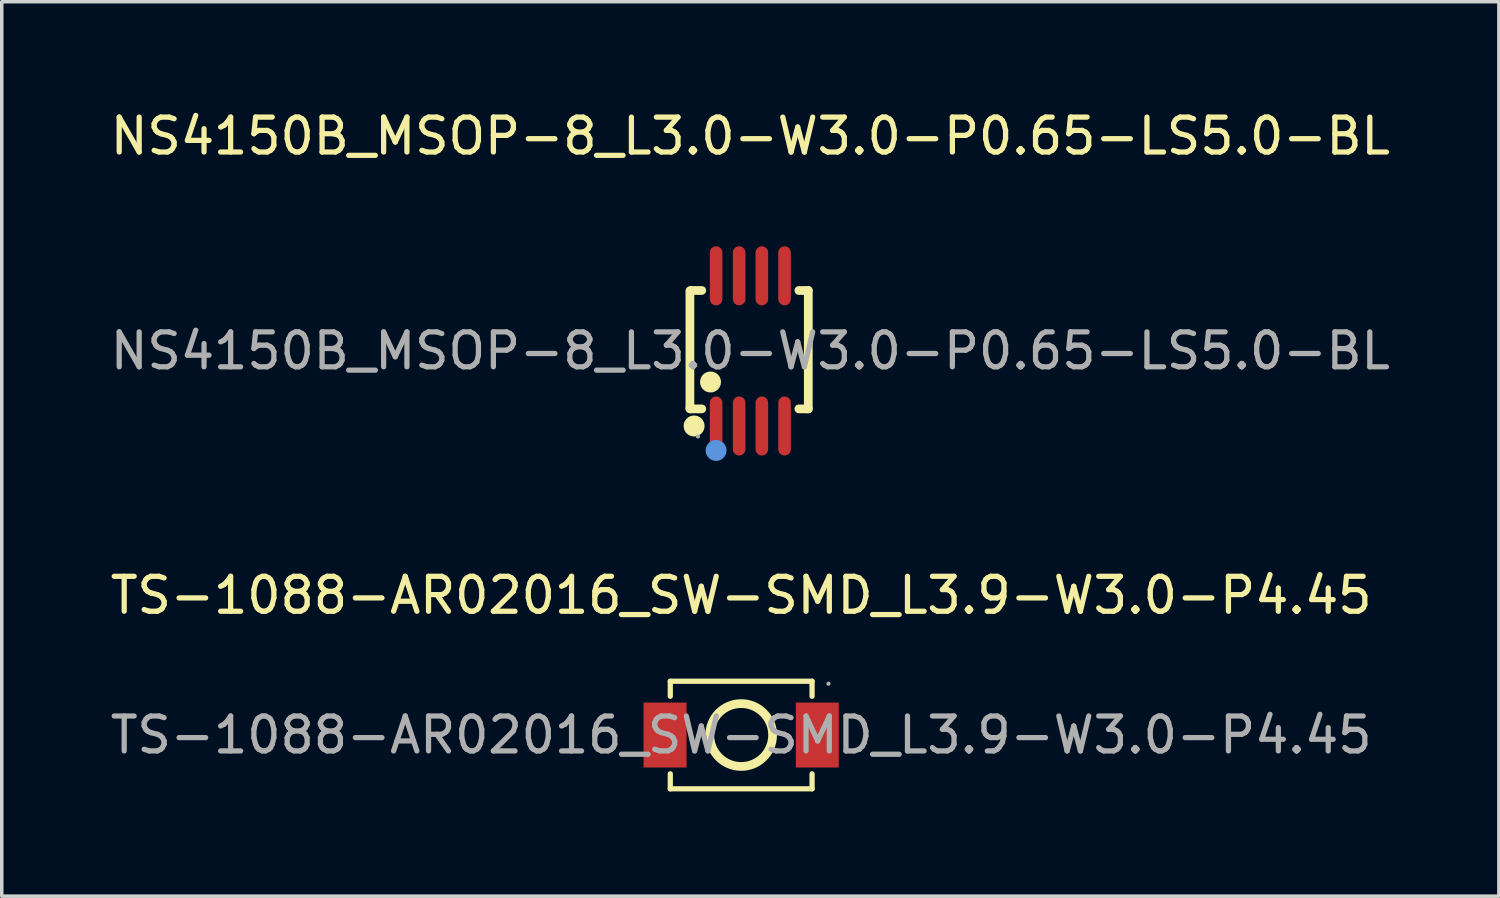
<source format=kicad_pcb>
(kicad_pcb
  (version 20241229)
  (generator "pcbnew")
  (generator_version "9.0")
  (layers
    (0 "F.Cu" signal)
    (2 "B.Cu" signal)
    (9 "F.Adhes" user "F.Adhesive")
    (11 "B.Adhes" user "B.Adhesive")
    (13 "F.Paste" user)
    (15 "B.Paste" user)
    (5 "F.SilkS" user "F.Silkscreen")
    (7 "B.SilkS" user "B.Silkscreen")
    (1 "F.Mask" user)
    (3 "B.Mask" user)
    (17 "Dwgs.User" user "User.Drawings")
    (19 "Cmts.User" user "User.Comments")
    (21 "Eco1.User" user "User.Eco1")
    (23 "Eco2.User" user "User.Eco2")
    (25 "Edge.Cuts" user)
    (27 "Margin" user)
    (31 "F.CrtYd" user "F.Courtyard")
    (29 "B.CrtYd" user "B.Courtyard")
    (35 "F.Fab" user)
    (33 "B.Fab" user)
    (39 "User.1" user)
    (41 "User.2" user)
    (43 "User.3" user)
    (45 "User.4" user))
  (footprint "TS-1088-AR02016_SW-SMD_L3.9-W3.0-P4.45"
    (layer "F.Cu")
    (at 18.173 17.997)
    (property "Reference" "TS-1088-AR02016_SW-SMD_L3.9-W3.0-P4.45" (at 0 -4 0) (layer "F.SilkS") (effects (font (size 1 1) (thickness 0.15))))
    (attr smd)
    (fp_line (start -2.03 -1.54) (end -2.03 -1.11) (stroke (width 0.15) (type solid)) (layer "F.SilkS"))
    (fp_line (start -2.03 1.54) (end -2.03 1.11) (stroke (width 0.15) (type solid)) (layer "F.SilkS"))
    (fp_line (start 2.03 -1.54) (end -2.03 -1.54) (stroke (width 0.15) (type solid)) (layer "F.SilkS"))
    (fp_line (start 2.03 -1.54) (end 2.03 -1.11) (stroke (width 0.15) (type solid)) (layer "F.SilkS"))
    (fp_line (start 2.03 1.11) (end 2.03 1.54) (stroke (width 0.15) (type solid)) (layer "F.SilkS"))
    (fp_line (start 2.03 1.54) (end -2.03 1.54) (stroke (width 0.15) (type solid)) (layer "F.SilkS"))
    (fp_circle (center 0 0) (end 0.9 0) (stroke (width 0.25) (type solid)) (fill no) (layer "F.SilkS"))
    (fp_circle (center 2.5 -1.47) (end 2.53 -1.47) (stroke (width 0.06) (type solid)) (fill no) (layer "F.Fab"))
    (fp_text user "${REFERENCE}" (at 0 0 0) (layer "F.Fab") (effects (font (size 1 1) (thickness 0.15))))
    (pad "1" smd rect (at -2.18 0) (size 1.23 1.86) (layers "F.Cu" "F.Mask" "F.Paste"))
    (pad "2" smd rect (at 2.18 0) (size 1.23 1.86) (layers "F.Cu" "F.Mask" "F.Paste")))
  (footprint "NS4150B_MSOP-8_L3.0-W3.0-P0.65-LS5.0-BL"
    (layer "F.Cu")
    (at 18.435 6.998)
    (property "Reference" "NS4150B_MSOP-8_L3.0-W3.0-P0.65-LS5.0-BL" (at 0 -6.15 0) (layer "F.SilkS") (effects (font (size 1 1) (thickness 0.15))))
    (attr smd)
    (fp_line (start -1.73 -1.72) (end -1.73 1.65) (stroke (width 0.25) (type solid)) (layer "F.SilkS"))
    (fp_line (start -1.73 1.65) (end -1.72 1.66) (stroke (width 0.25) (type solid)) (layer "F.SilkS"))
    (fp_line (start -1.72 1.66) (end -1.39 1.66) (stroke (width 0.25) (type solid)) (layer "F.SilkS"))
    (fp_line (start -1.7 -1.73) (end -1.72 -1.71) (stroke (width 0.25) (type solid)) (layer "F.SilkS"))
    (fp_line (start -1.39 -1.73) (end -1.7 -1.73) (stroke (width 0.25) (type solid)) (layer "F.SilkS"))
    (fp_line (start 1.39 1.66) (end 1.66 1.66) (stroke (width 0.25) (type solid)) (layer "F.SilkS"))
    (fp_line (start 1.66 -1.73) (end 1.39 -1.73) (stroke (width 0.25) (type solid)) (layer "F.SilkS"))
    (fp_line (start 1.66 1.66) (end 1.66 -1.73) (stroke (width 0.25) (type solid)) (layer "F.SilkS"))
    (fp_circle (center -1.61 2.15) (end -1.46 2.15) (stroke (width 0.3) (type solid)) (fill no) (layer "F.SilkS"))
    (fp_circle (center -1.14 0.89) (end -0.99 0.89) (stroke (width 0.3) (type solid)) (fill no) (layer "F.SilkS"))
    (fp_circle (center -0.98 2.85) (end -0.83 2.85) (stroke (width 0.3) (type solid)) (fill no) (layer "Cmts.User"))
    (fp_circle (center -1.5 2.45) (end -1.47 2.45) (stroke (width 0.06) (type solid)) (fill no) (layer "F.Fab"))
    (fp_text user "${REFERENCE}" (at 0 0 0) (layer "F.Fab") (effects (font (size 1 1) (thickness 0.15))))
    (pad "1" smd oval (at -0.98 2.15) (size 0.36 1.69) (layers "F.Cu" "F.Mask" "F.Paste"))
    (pad "2" smd oval (at -0.32 2.15) (size 0.36 1.69) (layers "F.Cu" "F.Mask" "F.Paste"))
    (pad "3" smd oval (at 0.33 2.15) (size 0.36 1.69) (layers "F.Cu" "F.Mask" "F.Paste"))
    (pad "4" smd oval (at 0.98 2.15) (size 0.36 1.69) (layers "F.Cu" "F.Mask" "F.Paste"))
    (pad "5" smd oval (at 0.98 -2.15) (size 0.36 1.69) (layers "F.Cu" "F.Mask" "F.Paste"))
    (pad "6" smd oval (at 0.33 -2.15) (size 0.36 1.69) (layers "F.Cu" "F.Mask" "F.Paste"))
    (pad "7" smd oval (at -0.32 -2.15) (size 0.36 1.69) (layers "F.Cu" "F.Mask" "F.Paste"))
    (pad "8" smd oval (at -0.98 -2.15) (size 0.36 1.69) (layers "F.Cu" "F.Mask" "F.Paste")))
  (gr_rect
    (start -3 -3)
    (end 39.869 22.611)
    (stroke (width 0.1) (type default))
    (fill no)
    (layer "Edge.Cuts")))
</source>
